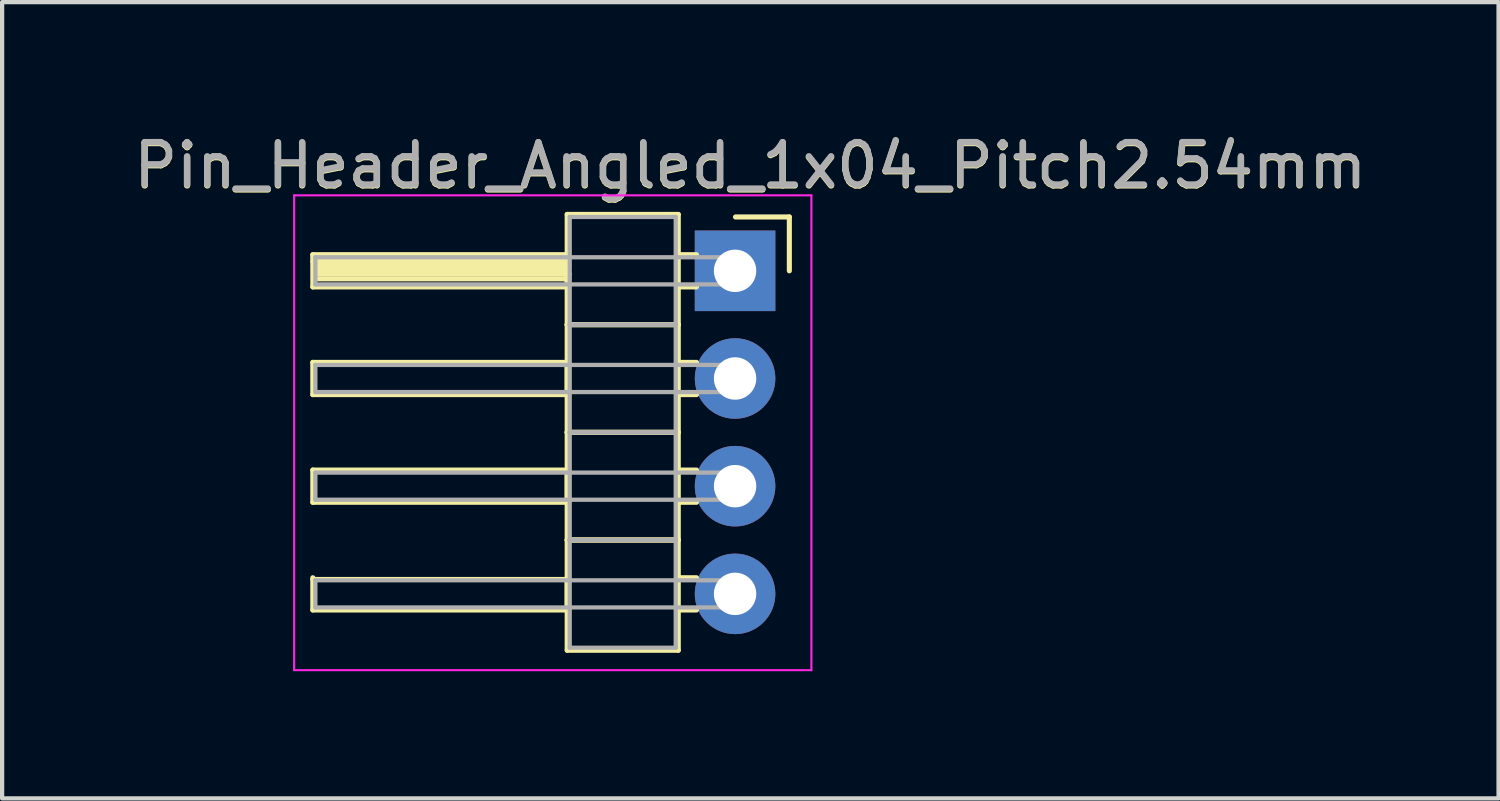
<source format=kicad_pcb>
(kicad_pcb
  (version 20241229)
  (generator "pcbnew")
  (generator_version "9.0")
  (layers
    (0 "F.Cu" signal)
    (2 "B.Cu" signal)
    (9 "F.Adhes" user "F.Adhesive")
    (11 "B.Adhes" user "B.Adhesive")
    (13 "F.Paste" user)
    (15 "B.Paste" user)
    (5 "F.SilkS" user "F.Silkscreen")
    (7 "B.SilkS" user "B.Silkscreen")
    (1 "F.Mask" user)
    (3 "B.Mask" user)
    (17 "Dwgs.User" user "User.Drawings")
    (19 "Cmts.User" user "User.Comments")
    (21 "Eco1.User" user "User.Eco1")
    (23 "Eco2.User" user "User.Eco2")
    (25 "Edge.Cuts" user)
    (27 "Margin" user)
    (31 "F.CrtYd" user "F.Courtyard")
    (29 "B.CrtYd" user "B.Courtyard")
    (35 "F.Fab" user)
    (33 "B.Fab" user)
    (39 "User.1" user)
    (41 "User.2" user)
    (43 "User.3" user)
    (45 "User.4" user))
  (footprint "Pin_Header_Angled_1x04_Pitch2.54mm"
    (layer "F.Cu")
    (at 5.649 2.808)
    (property "Reference" "Pin_Header_Angled_1x04_Pitch2.54mm" (at 9 -1.94 180) (layer "F.SilkS") (effects (font (size 1 1) (thickness 0.15))))
    (attr through_hole)
    (fp_line (start -1.32 0.15) (end -1.32 0.91) (stroke (width 0.12) (type solid)) (layer "F.SilkS"))
    (fp_line (start -1.32 0.91) (end 4.68 0.91) (stroke (width 0.12) (type solid)) (layer "F.SilkS"))
    (fp_line (start -1.32 2.69) (end -1.32 3.45) (stroke (width 0.12) (type solid)) (layer "F.SilkS"))
    (fp_line (start -1.32 3.45) (end 4.68 3.45) (stroke (width 0.12) (type solid)) (layer "F.SilkS"))
    (fp_line (start -1.32 5.23) (end -1.32 5.99) (stroke (width 0.12) (type solid)) (layer "F.SilkS"))
    (fp_line (start -1.32 5.99) (end 4.68 5.99) (stroke (width 0.12) (type solid)) (layer "F.SilkS"))
    (fp_line (start -1.32 7.77) (end -1.32 8.53) (stroke (width 0.12) (type solid)) (layer "F.SilkS"))
    (fp_line (start -1.32 8.53) (end 4.68 8.53) (stroke (width 0.12) (type solid)) (layer "F.SilkS"))
    (fp_line (start 4.68 -0.8) (end 4.68 1.8) (stroke (width 0.12) (type solid)) (layer "F.SilkS"))
    (fp_line (start 4.68 0.15) (end -1.32 0.15) (stroke (width 0.12) (type solid)) (layer "F.SilkS"))
    (fp_line (start 4.68 0.31) (end -1.32 0.31) (stroke (width 0.12) (type solid)) (layer "F.SilkS"))
    (fp_line (start 4.68 0.91) (end 4.68 0.15) (stroke (width 0.12) (type solid)) (layer "F.SilkS"))
    (fp_line (start 4.68 1.8) (end 4.68 4.34) (stroke (width 0.12) (type solid)) (layer "F.SilkS"))
    (fp_line (start 4.68 1.8) (end 7.3 1.8) (stroke (width 0.12) (type solid)) (layer "F.SilkS"))
    (fp_line (start 4.68 2.69) (end -1.32 2.69) (stroke (width 0.12) (type solid)) (layer "F.SilkS"))
    (fp_line (start 4.68 3.45) (end 4.68 2.69) (stroke (width 0.12) (type solid)) (layer "F.SilkS"))
    (fp_line (start 4.68 4.34) (end 4.68 6.88) (stroke (width 0.12) (type solid)) (layer "F.SilkS"))
    (fp_line (start 4.68 4.34) (end 7.3 4.34) (stroke (width 0.12) (type solid)) (layer "F.SilkS"))
    (fp_line (start 4.68 5.23) (end -1.32 5.23) (stroke (width 0.12) (type solid)) (layer "F.SilkS"))
    (fp_line (start 4.68 5.99) (end 4.68 5.23) (stroke (width 0.12) (type solid)) (layer "F.SilkS"))
    (fp_line (start 4.68 6.88) (end 4.68 9.48) (stroke (width 0.12) (type solid)) (layer "F.SilkS"))
    (fp_line (start 4.68 6.88) (end 7.3 6.88) (stroke (width 0.12) (type solid)) (layer "F.SilkS"))
    (fp_line (start 4.68 7.81) (end -1.32 7.81) (stroke (width 0.12) (type solid)) (layer "F.SilkS"))
    (fp_line (start 4.68 8.53) (end 4.68 7.77) (stroke (width 0.12) (type solid)) (layer "F.SilkS"))
    (fp_line (start 4.68 9.48) (end 7.3 9.48) (stroke (width 0.12) (type solid)) (layer "F.SilkS"))
    (fp_line (start 4.69 0.23) (end -1.31 0.23) (stroke (width 0.12) (type solid)) (layer "F.SilkS"))
    (fp_line (start 4.71 0.5) (end -1.29 0.5) (stroke (width 0.12) (type solid)) (layer "F.SilkS"))
    (fp_line (start 4.72 0.4) (end -1.28 0.4) (stroke (width 0.12) (type solid)) (layer "F.SilkS"))
    (fp_line (start 4.72 0.72) (end -1.28 0.72) (stroke (width 0.12) (type solid)) (layer "F.SilkS"))
    (fp_line (start 4.73 0.61) (end -1.27 0.61) (stroke (width 0.12) (type solid)) (layer "F.SilkS"))
    (fp_line (start 7.3 -0.8) (end 4.68 -0.8) (stroke (width 0.12) (type solid)) (layer "F.SilkS"))
    (fp_line (start 7.3 1.8) (end 4.68 1.8) (stroke (width 0.12) (type solid)) (layer "F.SilkS"))
    (fp_line (start 7.3 1.8) (end 7.3 -0.8) (stroke (width 0.12) (type solid)) (layer "F.SilkS"))
    (fp_line (start 7.3 4.34) (end 4.68 4.34) (stroke (width 0.12) (type solid)) (layer "F.SilkS"))
    (fp_line (start 7.3 4.34) (end 7.3 1.8) (stroke (width 0.12) (type solid)) (layer "F.SilkS"))
    (fp_line (start 7.3 6.88) (end 4.68 6.88) (stroke (width 0.12) (type solid)) (layer "F.SilkS"))
    (fp_line (start 7.3 6.88) (end 7.3 4.34) (stroke (width 0.12) (type solid)) (layer "F.SilkS"))
    (fp_line (start 7.3 9.48) (end 7.3 6.88) (stroke (width 0.12) (type solid)) (layer "F.SilkS"))
    (fp_line (start 7.73 0.15) (end 7.3 0.15) (stroke (width 0.12) (type solid)) (layer "F.SilkS"))
    (fp_line (start 7.73 0.91) (end 7.3 0.91) (stroke (width 0.12) (type solid)) (layer "F.SilkS"))
    (fp_line (start 7.73 2.69) (end 7.3 2.69) (stroke (width 0.12) (type solid)) (layer "F.SilkS"))
    (fp_line (start 7.73 3.45) (end 7.3 3.45) (stroke (width 0.12) (type solid)) (layer "F.SilkS"))
    (fp_line (start 7.73 5.23) (end 7.3 5.23) (stroke (width 0.12) (type solid)) (layer "F.SilkS"))
    (fp_line (start 7.73 5.99) (end 7.3 5.99) (stroke (width 0.12) (type solid)) (layer "F.SilkS"))
    (fp_line (start 7.73 7.77) (end 7.3 7.77) (stroke (width 0.12) (type solid)) (layer "F.SilkS"))
    (fp_line (start 7.73 8.53) (end 7.3 8.53) (stroke (width 0.12) (type solid)) (layer "F.SilkS"))
    (fp_line (start 9.92 -0.74) (end 8.65 -0.74) (stroke (width 0.12) (type solid)) (layer "F.SilkS"))
    (fp_line (start 9.92 -0.74) (end 9.92 0.53) (stroke (width 0.12) (type solid)) (layer "F.SilkS"))
    (fp_line (start -1.76 -1.25) (end -1.76 9.95) (stroke (width 0.05) (type solid)) (layer "F.CrtYd"))
    (fp_line (start -1.76 9.95) (end 10.44 9.95) (stroke (width 0.05) (type solid)) (layer "F.CrtYd"))
    (fp_line (start 10.44 -1.25) (end -1.76 -1.25) (stroke (width 0.05) (type solid)) (layer "F.CrtYd"))
    (fp_line (start 10.44 9.95) (end 10.44 -1.25) (stroke (width 0.05) (type solid)) (layer "F.CrtYd"))
    (fp_line (start -1.26 0.21) (end -1.26 0.85) (stroke (width 0.1) (type solid)) (layer "F.Fab"))
    (fp_line (start -1.26 0.85) (end 8.64 0.85) (stroke (width 0.1) (type solid)) (layer "F.Fab"))
    (fp_line (start -1.26 2.75) (end -1.26 3.39) (stroke (width 0.1) (type solid)) (layer "F.Fab"))
    (fp_line (start -1.26 3.39) (end 8.64 3.39) (stroke (width 0.1) (type solid)) (layer "F.Fab"))
    (fp_line (start -1.26 5.29) (end -1.26 5.93) (stroke (width 0.1) (type solid)) (layer "F.Fab"))
    (fp_line (start -1.26 5.93) (end 8.64 5.93) (stroke (width 0.1) (type solid)) (layer "F.Fab"))
    (fp_line (start -1.26 7.83) (end -1.26 8.47) (stroke (width 0.1) (type solid)) (layer "F.Fab"))
    (fp_line (start -1.26 8.47) (end 8.64 8.47) (stroke (width 0.1) (type solid)) (layer "F.Fab"))
    (fp_line (start 4.74 -0.74) (end 4.74 1.8) (stroke (width 0.1) (type solid)) (layer "F.Fab"))
    (fp_line (start 4.74 1.8) (end 4.74 4.34) (stroke (width 0.1) (type solid)) (layer "F.Fab"))
    (fp_line (start 4.74 1.8) (end 7.24 1.8) (stroke (width 0.1) (type solid)) (layer "F.Fab"))
    (fp_line (start 4.74 4.34) (end 4.74 6.88) (stroke (width 0.1) (type solid)) (layer "F.Fab"))
    (fp_line (start 4.74 4.34) (end 7.24 4.34) (stroke (width 0.1) (type solid)) (layer "F.Fab"))
    (fp_line (start 4.74 6.88) (end 4.74 9.42) (stroke (width 0.1) (type solid)) (layer "F.Fab"))
    (fp_line (start 4.74 6.88) (end 7.24 6.88) (stroke (width 0.1) (type solid)) (layer "F.Fab"))
    (fp_line (start 4.74 9.42) (end 7.24 9.42) (stroke (width 0.1) (type solid)) (layer "F.Fab"))
    (fp_line (start 7.24 -0.74) (end 4.74 -0.74) (stroke (width 0.1) (type solid)) (layer "F.Fab"))
    (fp_line (start 7.24 1.8) (end 4.74 1.8) (stroke (width 0.1) (type solid)) (layer "F.Fab"))
    (fp_line (start 7.24 1.8) (end 7.24 -0.74) (stroke (width 0.1) (type solid)) (layer "F.Fab"))
    (fp_line (start 7.24 4.34) (end 4.74 4.34) (stroke (width 0.1) (type solid)) (layer "F.Fab"))
    (fp_line (start 7.24 4.34) (end 7.24 1.8) (stroke (width 0.1) (type solid)) (layer "F.Fab"))
    (fp_line (start 7.24 6.88) (end 4.74 6.88) (stroke (width 0.1) (type solid)) (layer "F.Fab"))
    (fp_line (start 7.24 6.88) (end 7.24 4.34) (stroke (width 0.1) (type solid)) (layer "F.Fab"))
    (fp_line (start 7.24 9.42) (end 7.24 6.88) (stroke (width 0.1) (type solid)) (layer "F.Fab"))
    (fp_line (start 8.64 0.21) (end -1.26 0.21) (stroke (width 0.1) (type solid)) (layer "F.Fab"))
    (fp_line (start 8.64 0.85) (end 8.64 0.21) (stroke (width 0.1) (type solid)) (layer "F.Fab"))
    (fp_line (start 8.64 2.75) (end -1.26 2.75) (stroke (width 0.1) (type solid)) (layer "F.Fab"))
    (fp_line (start 8.64 3.39) (end 8.64 2.75) (stroke (width 0.1) (type solid)) (layer "F.Fab"))
    (fp_line (start 8.64 5.29) (end -1.26 5.29) (stroke (width 0.1) (type solid)) (layer "F.Fab"))
    (fp_line (start 8.64 5.93) (end 8.64 5.29) (stroke (width 0.1) (type solid)) (layer "F.Fab"))
    (fp_line (start 8.64 7.83) (end -1.26 7.83) (stroke (width 0.1) (type solid)) (layer "F.Fab"))
    (fp_line (start 8.64 8.47) (end 8.64 7.83) (stroke (width 0.1) (type solid)) (layer "F.Fab"))
    (fp_text user "${REFERENCE}" (at 9 -1.96 180) (layer "F.Fab") (effects (font (size 1 1) (thickness 0.15))))
    (pad "1" thru_hole rect (at 8.64 0.53 180) (size 1.9 1.9) (drill 1) (layers "*.Cu" "*.Mask"))
    (pad "2" thru_hole oval (at 8.64 3.07 180) (size 1.9 1.9) (drill 1) (layers "*.Cu" "*.Mask"))
    (pad "3" thru_hole oval (at 8.64 5.61 180) (size 1.9 1.9) (drill 1) (layers "*.Cu" "*.Mask"))
    (pad "4" thru_hole circle (at 8.64 8.15 180) (size 1.9 1.9) (drill 1) (layers "*.Cu" "*.Mask")))
  (gr_rect
    (start -3 -3)
    (end 32.298 15.783)
    (stroke (width 0.1) (type default))
    (fill no)
    (layer "Edge.Cuts")))
</source>
